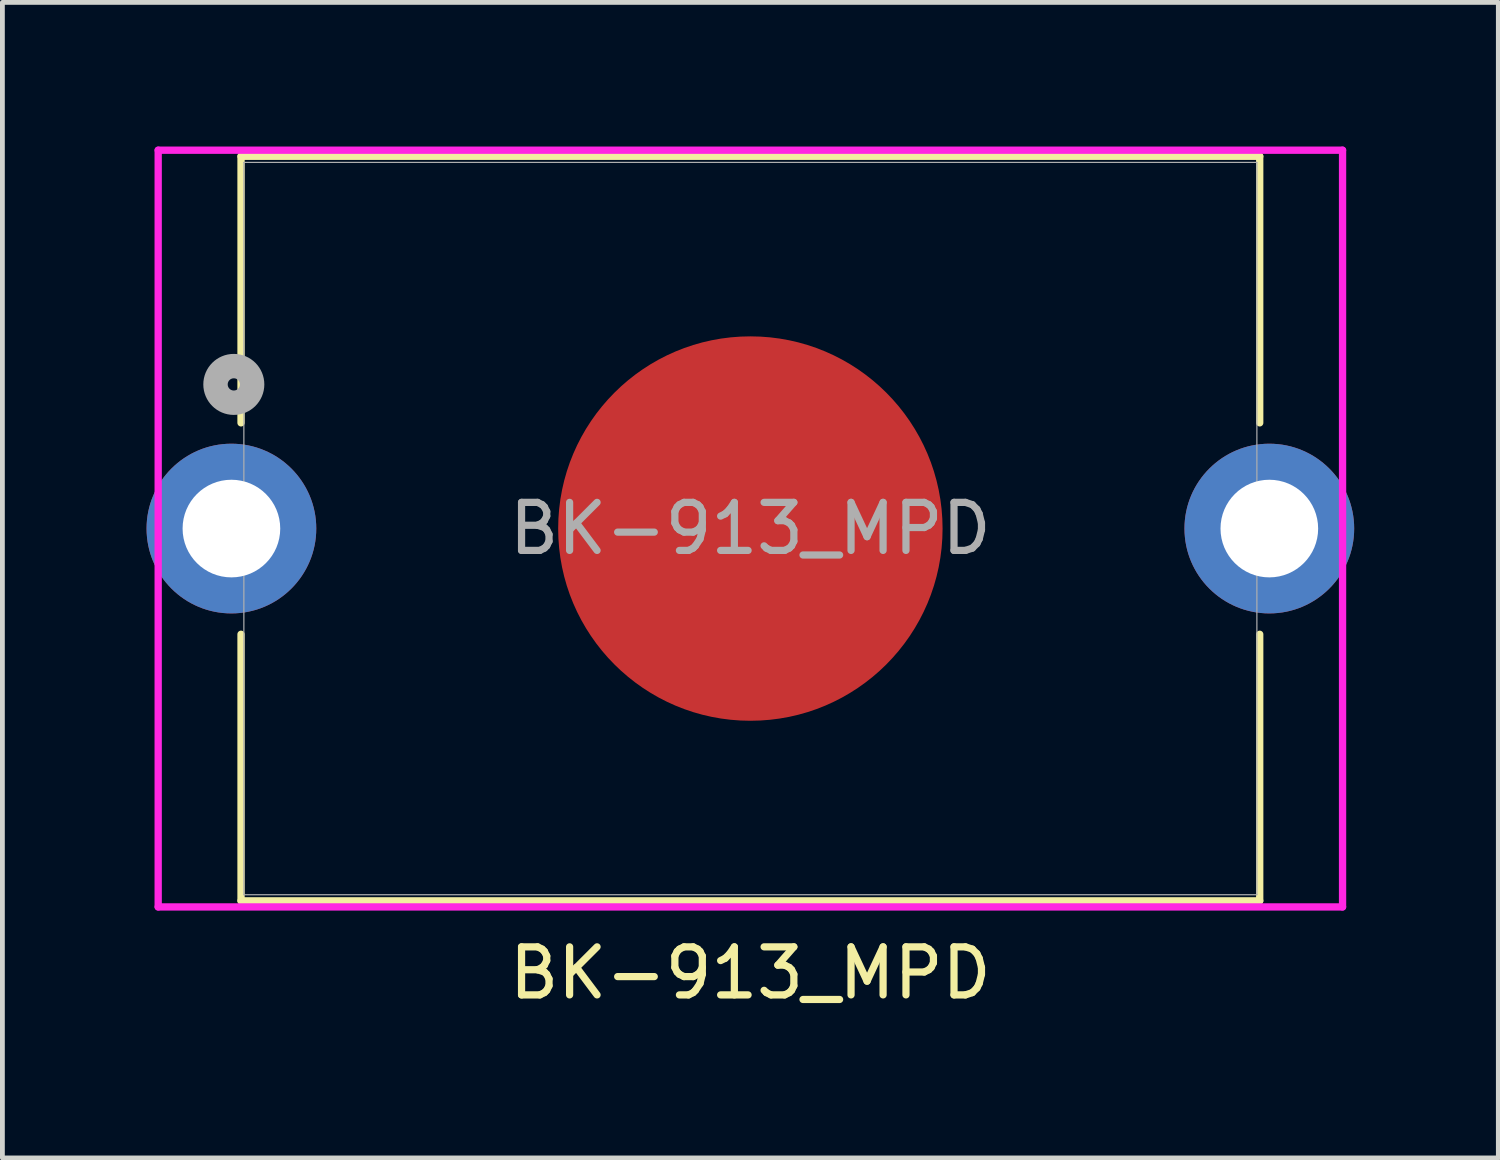
<source format=kicad_pcb>
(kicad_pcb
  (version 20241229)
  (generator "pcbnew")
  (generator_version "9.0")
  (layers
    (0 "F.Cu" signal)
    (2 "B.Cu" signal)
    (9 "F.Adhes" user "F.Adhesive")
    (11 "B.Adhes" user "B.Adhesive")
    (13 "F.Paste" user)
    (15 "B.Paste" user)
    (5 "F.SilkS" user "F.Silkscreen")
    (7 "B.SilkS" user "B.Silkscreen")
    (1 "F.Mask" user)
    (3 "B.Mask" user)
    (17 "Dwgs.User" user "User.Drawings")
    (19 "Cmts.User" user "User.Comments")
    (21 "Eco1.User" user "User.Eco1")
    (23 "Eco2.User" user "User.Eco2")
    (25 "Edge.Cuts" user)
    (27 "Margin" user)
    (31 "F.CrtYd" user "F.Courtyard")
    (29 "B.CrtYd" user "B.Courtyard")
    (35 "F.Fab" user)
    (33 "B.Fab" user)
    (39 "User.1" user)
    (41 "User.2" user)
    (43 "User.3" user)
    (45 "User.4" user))
  (footprint "BK-913_MPD"
    (layer "F.Cu")
    (at 12.566 7.95)
    (property "Reference" "BK-913_MPD" (at 0 9.25 0) (unlocked yes) (layer "F.SilkS") (effects (font (size 1 1) (thickness 0.15))))
    (attr through_hole)
    (fp_line (start -10.6 -7.747) (end -10.6 -2.2) (stroke (width 0.152) (type solid)) (layer "F.SilkS"))
    (fp_line (start -10.6 2.2) (end -10.6 7.747) (stroke (width 0.152) (type solid)) (layer "F.SilkS"))
    (fp_line (start -10.6 7.747) (end 10.6 7.747) (stroke (width 0.152) (type solid)) (layer "F.SilkS"))
    (fp_line (start 10.6 -7.747) (end -10.6 -7.747) (stroke (width 0.152) (type solid)) (layer "F.SilkS"))
    (fp_line (start 10.6 -2.2) (end 10.6 -7.747) (stroke (width 0.152) (type solid)) (layer "F.SilkS"))
    (fp_line (start 10.6 7.747) (end 10.6 2.2) (stroke (width 0.152) (type solid)) (layer "F.SilkS"))
    (fp_line (start -12.324 -7.874) (end -12.324 7.874) (stroke (width 0.152) (type solid)) (layer "F.CrtYd"))
    (fp_line (start -12.324 7.874) (end 12.324 7.874) (stroke (width 0.152) (type solid)) (layer "F.CrtYd"))
    (fp_line (start 12.324 -7.874) (end -12.324 -7.874) (stroke (width 0.152) (type solid)) (layer "F.CrtYd"))
    (fp_line (start 12.324 7.874) (end 12.324 -7.874) (stroke (width 0.152) (type solid)) (layer "F.CrtYd"))
    (fp_line (start -10.541 -7.62) (end -10.541 7.62) (stroke (width 0.025) (type solid)) (layer "F.Fab"))
    (fp_line (start -10.541 7.62) (end 10.541 7.62) (stroke (width 0.025) (type solid)) (layer "F.Fab"))
    (fp_line (start 10.541 -7.62) (end -10.541 -7.62) (stroke (width 0.025) (type solid)) (layer "F.Fab"))
    (fp_line (start 10.541 7.62) (end 10.541 -7.62) (stroke (width 0.025) (type solid)) (layer "F.Fab"))
    (fp_circle (center -10.75 -3) (end -10.369 -3) (stroke (width 0.508) (type solid)) (fill no) (layer "F.Fab"))
    (fp_text user "${REFERENCE}" (at 0 0 0) (unlocked yes) (layer "F.Fab") (effects (font (size 1 1) (thickness 0.15))))
    (pad "1" thru_hole circle (at -10.8 0) (size 3.532 3.532) (drill 2.032) (layers "*.Cu" "*.Mask"))
    (pad "1" thru_hole circle (at 10.8 0) (size 3.532 3.532) (drill 2.032) (layers "*.Cu" "*.Mask"))
    (pad "2" smd circle (at 0 0) (size 8 8) (layers "F.Cu" "F.Mask" "F.Paste")))
  (gr_rect
    (start -3 -3)
    (end 28.132 21.048)
    (stroke (width 0.1) (type default))
    (fill no)
    (layer "Edge.Cuts")))
</source>
